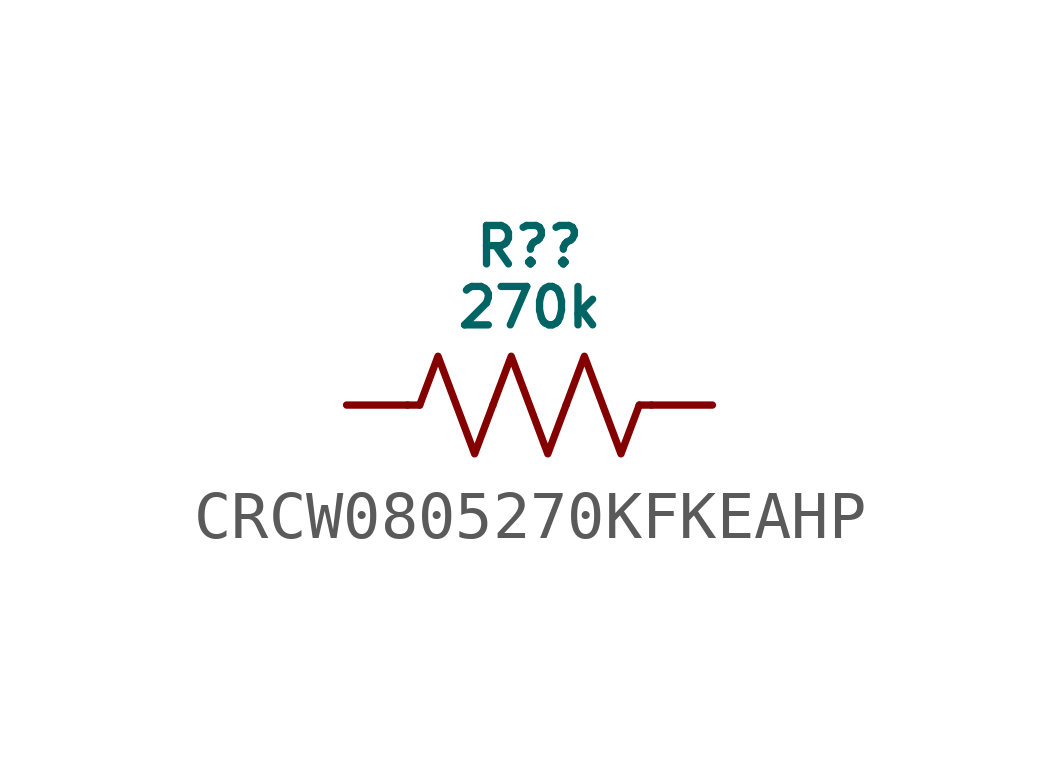
<source format=kicad_sym>
(kicad_symbol_lib
  (version 20231120)
  (generator "kicad_symbol_editor")
  (generator_version "8.0")
  (symbol "CRCW0805270KFKEAHP"
    (pin_numbers hide)
    (pin_names hide)
    (property "Reference" "R?"
      (at 0 3.302 0)
      (do_not_autoplace)
      (effects (font (size 0.8 0.8))))
    (property "Value" "270k"
      (at 0 2.032 0)
      (do_not_autoplace)
      (effects (font (size 0.8 0.8))))
    (symbol "CRCW0805270KFKEAHP_0_1"
      (polyline (pts (xy -2.286 0) (xy -2.54 0)) (stroke (width 0) (type default)) (fill (type none)))
      (polyline (pts (xy 2.286 0) (xy 2.54 0)) (stroke (width 0) (type default)) (fill (type none)))
      (polyline (pts (xy -2.286 0) (xy -1.905 1.016) (xy -1.524 0) (xy -1.143 -1.016) (xy -0.762 0)) (stroke (width 0) (type default)) (fill (type none)))
      (polyline (pts (xy -0.762 0) (xy -0.381 1.016) (xy 0 0) (xy 0.381 -1.016) (xy 0.762 0)) (stroke (width 0) (type default)) (fill (type none)))
      (polyline (pts (xy 0.762 0) (xy 1.143 1.016) (xy 1.524 0) (xy 1.905 -1.016) (xy 2.286 0)) (stroke (width 0) (type default)) (fill (type none))))
    (symbol "CRCW0805270KFKEAHP_1_0"
      (pin passive line (at -3.81 0 0) (length 1.27) (name "" (effects (font (size 0.8 0.8)))) (number "1" (effects (font (size 0.8 0.8)))))
      (pin passive line (at 3.81 0 180) (length 1.27) (name "" (effects (font (size 0.8 0.8)))) (number "2" (effects (font (size 0.8 0.8))))))))
</source>
